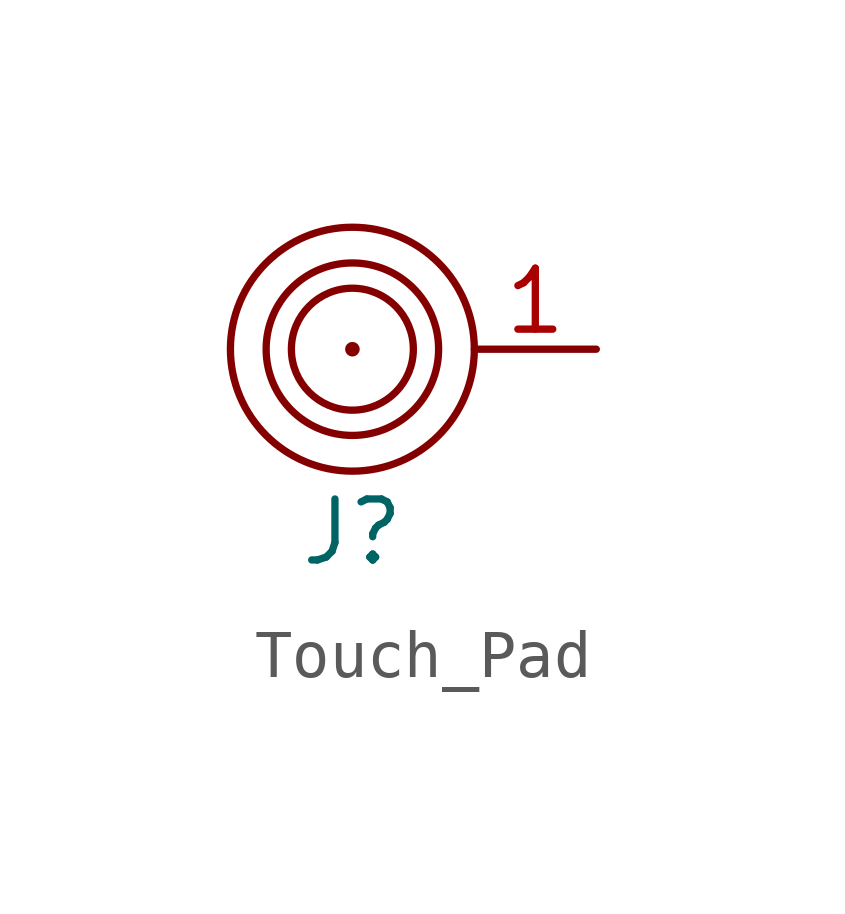
<source format=kicad_sym>
(kicad_symbol_lib
  (version 20230620)
  (generator kicad_symbol_editor)
  (symbol "Touch_Pad"
    (property "Reference" "J"
      (at 0 0 0)
      (effects (font (size 1.27 1.27))))
    (property "Value" ""
      (at 0 0 0)
      (effects (font (size 1.27 1.27))))
    (symbol "Touch_Pad_0_1"
      (circle (center 0 3.81) (radius 0.0001) (stroke (width 0) (type default)) (fill (type none)))
      (circle (center 0 3.81) (radius 1.27) (stroke (width 0) (type default)) (fill (type none)))
      (circle (center 0 3.81) (radius 1.796) (stroke (width 0) (type default)) (fill (type none)))
      (circle (center 0 3.81) (radius 2.54) (stroke (width 0) (type default)) (fill (type none))))
    (symbol "Touch_Pad_1_1"
      (pin input line (at 5.08 3.81 180) (length 2.54) (name "" (effects (font (size 1.27 1.27)))) (number "1" (effects (font (size 1.27 1.27))))))))
</source>
